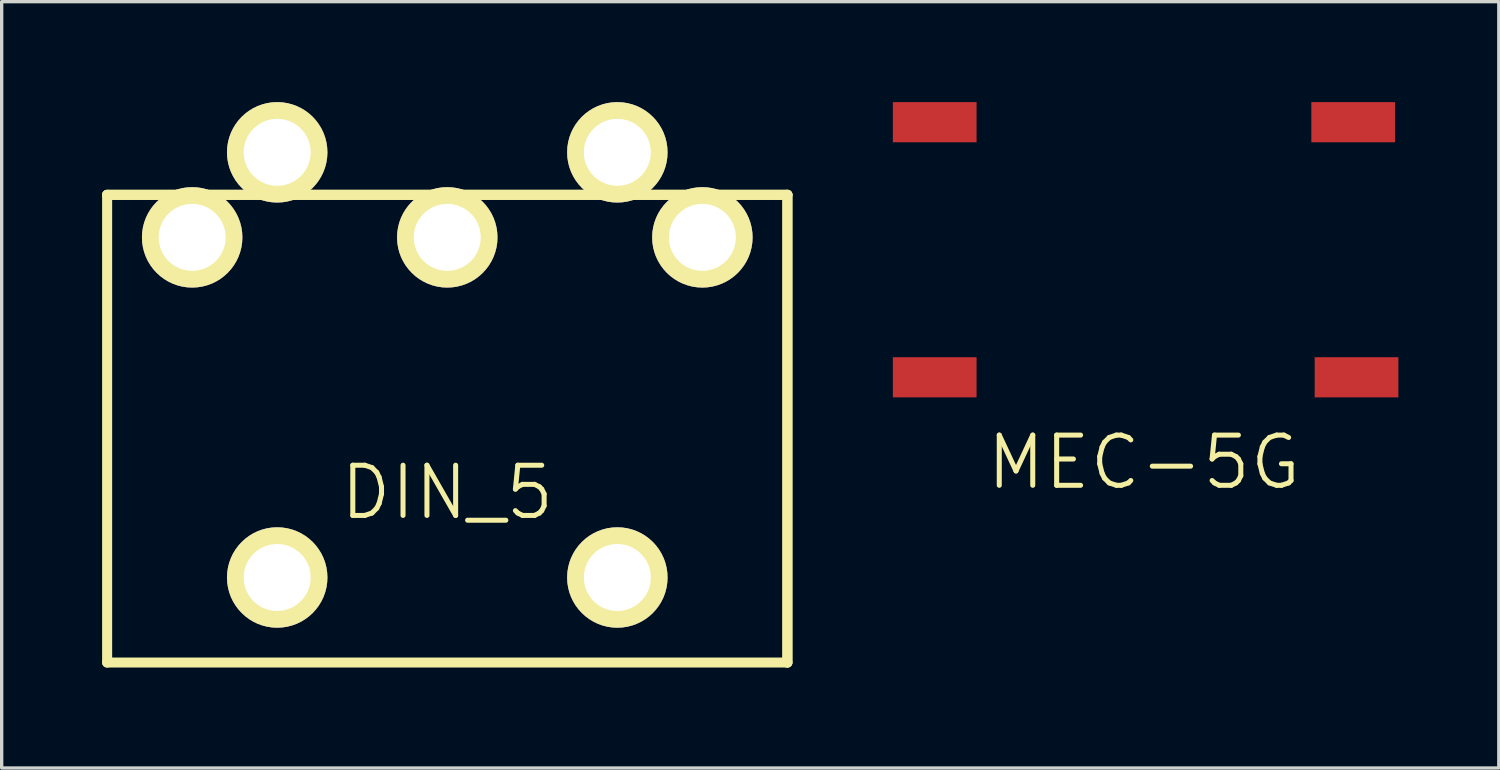
<source format=kicad_pcb>
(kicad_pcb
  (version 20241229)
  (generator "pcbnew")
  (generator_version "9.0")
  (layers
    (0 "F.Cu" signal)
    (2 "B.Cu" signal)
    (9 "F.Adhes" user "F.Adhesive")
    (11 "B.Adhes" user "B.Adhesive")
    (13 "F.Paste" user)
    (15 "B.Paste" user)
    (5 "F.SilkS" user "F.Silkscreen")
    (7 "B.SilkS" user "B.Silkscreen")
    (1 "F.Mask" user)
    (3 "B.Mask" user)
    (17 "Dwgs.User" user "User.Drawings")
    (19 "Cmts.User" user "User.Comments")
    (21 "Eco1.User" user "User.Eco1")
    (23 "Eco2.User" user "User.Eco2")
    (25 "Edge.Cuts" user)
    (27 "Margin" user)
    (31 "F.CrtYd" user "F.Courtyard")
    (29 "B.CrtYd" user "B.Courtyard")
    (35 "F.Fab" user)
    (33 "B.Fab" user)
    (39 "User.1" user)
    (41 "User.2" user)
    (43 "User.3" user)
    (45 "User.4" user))
  (footprint "DIN_5"
    (layer "F.Cu")
    (at 10.31 4.04)
    (property "Reference" "DIN_5" (at 0 7.62 0) (layer "F.SilkS") (effects (font (size 1.5 1.5) (thickness 0.15))))
    (attr through_hole)
    (fp_line (start -10.16 -1.27) (end -10.16 12.7) (stroke (width 0.3) (type solid)) (layer "F.SilkS"))
    (fp_line (start -10.16 -1.27) (end 10.16 -1.27) (stroke (width 0.3) (type solid)) (layer "F.SilkS"))
    (fp_line (start -10.16 12.7) (end 10.16 12.7) (stroke (width 0.3) (type solid)) (layer "F.SilkS"))
    (fp_line (start 10.16 -1.27) (end -10.16 -1.27) (stroke (width 0.3) (type solid)) (layer "F.SilkS"))
    (fp_line (start 10.16 -1.27) (end 10.16 12.7) (stroke (width 0.3) (type solid)) (layer "F.SilkS"))
    (fp_line (start 10.16 12.7) (end 10.16 -1.27) (stroke (width 0.3) (type solid)) (layer "F.SilkS"))
    (pad "1" thru_hole circle (at 7.62 0) (size 3 3) (drill 2) (layers "*.Cu" "*.Mask" "F.SilkS"))
    (pad "2" thru_hole circle (at 0 0) (size 3 3) (drill 2) (layers "*.Cu" "*.Mask" "F.SilkS"))
    (pad "3" thru_hole circle (at -7.62 0) (size 3 3) (drill 2) (layers "*.Cu" "*.Mask" "F.SilkS"))
    (pad "4" thru_hole circle (at 5.08 -2.54) (size 3 3) (drill 2) (layers "*.Cu" "*.Mask" "F.SilkS"))
    (pad "5" thru_hole circle (at -5.08 -2.54) (size 3 3) (drill 2) (layers "*.Cu" "*.Mask" "F.SilkS"))
    (pad "6" thru_hole circle (at -5.08 10.16) (size 3 3) (drill 2) (layers "*.Cu" "*.Mask" "F.SilkS"))
    (pad "7" thru_hole circle (at 5.08 10.16) (size 3 3) (drill 2) (layers "*.Cu" "*.Mask" "F.SilkS")))
  (footprint "MEC-5G"
    (layer "F.Cu")
    (at 31.12 4.41)
    (property "Reference" "MEC-5G" (at 0 6.35 0) (layer "F.SilkS") (effects (font (size 1.5 1.5) (thickness 0.15))))
    (attr through_hole)
    (pad "1" smd rect (at 6.25 -3.81) (size 2.5 1.2) (layers "F.Cu" "F.Mask" "F.Paste"))
    (pad "2" smd rect (at -6.25 -3.81) (size 2.5 1.2) (layers "F.Cu" "F.Mask" "F.Paste"))
    (pad "3" smd rect (at 6.35 3.81) (size 2.5 1.2) (layers "F.Cu" "F.Mask" "F.Paste"))
    (pad "4" smd rect (at -6.25 3.81) (size 2.5 1.2) (layers "F.Cu" "F.Mask" "F.Paste")))
  (gr_rect
    (start -3 -3)
    (end 41.72 19.89)
    (stroke (width 0.1) (type default))
    (fill no)
    (layer "Edge.Cuts")))
</source>
